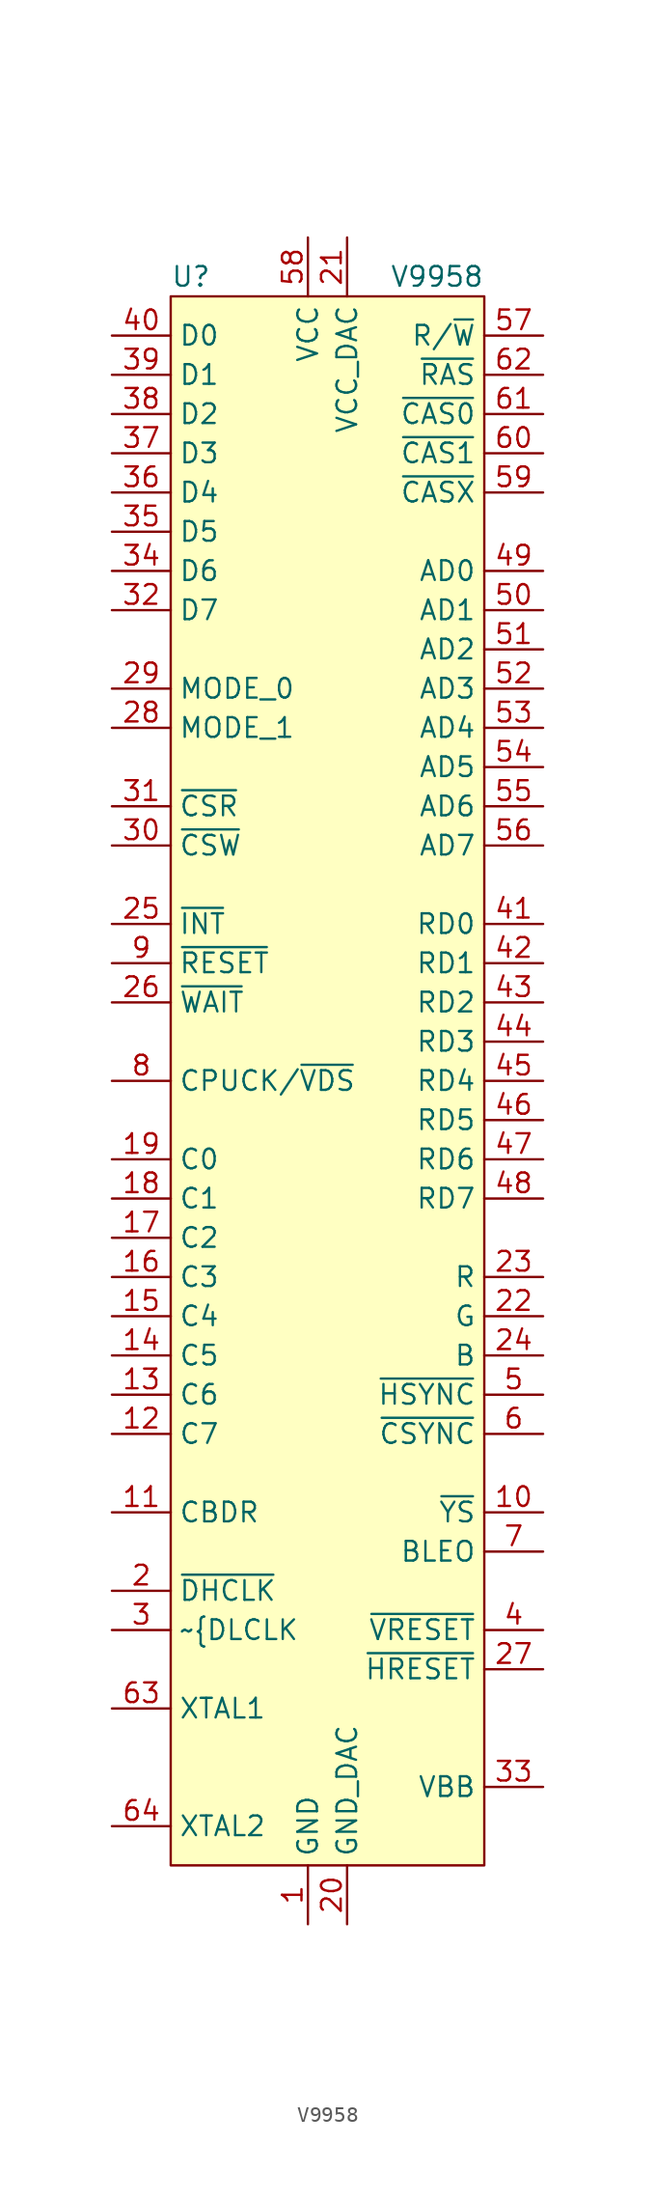
<source format=kicad_sym>
(kicad_symbol_lib
  (version 20211014)
  (generator kicad_symbol_editor)
  (symbol "V9958"
    (property "Reference" "U"
      (at -10.16 0 0)
      (effects (font (size 1.27 1.27)) (justify left)))
    (property "Value" "V9958"
      (at 10.16 0 0)
      (effects (font (size 1.27 1.27)) (justify right)))
    (symbol "V9958_0_1"
      (rectangle (start -10.16 -1.27) (end 10.16 -102.87) (stroke (width 0.152) (type default) (color 0 0 0 0)) (fill (type background))))
    (symbol "V9958_1_1"
      (pin power_in line (at -1.27 -106.68 90) (length 3.81) (name "GND" (effects (font (size 1.27 1.27)))) (number "1" (effects (font (size 1.27 1.27)))))
      (pin output line (at 13.97 -80.01 180) (length 3.81) (name "~{YS}" (effects (font (size 1.27 1.27)))) (number "10" (effects (font (size 1.27 1.27)))))
      (pin output line (at -13.97 -80.01 0) (length 3.81) (name "CBDR" (effects (font (size 1.27 1.27)))) (number "11" (effects (font (size 1.27 1.27)))))
      (pin bidirectional line (at -13.97 -74.93 0) (length 3.81) (name "C7" (effects (font (size 1.27 1.27)))) (number "12" (effects (font (size 1.27 1.27)))))
      (pin bidirectional line (at -13.97 -72.39 0) (length 3.81) (name "C6" (effects (font (size 1.27 1.27)))) (number "13" (effects (font (size 1.27 1.27)))))
      (pin bidirectional line (at -13.97 -69.85 0) (length 3.81) (name "C5" (effects (font (size 1.27 1.27)))) (number "14" (effects (font (size 1.27 1.27)))))
      (pin bidirectional line (at -13.97 -67.31 0) (length 3.81) (name "C4" (effects (font (size 1.27 1.27)))) (number "15" (effects (font (size 1.27 1.27)))))
      (pin bidirectional line (at -13.97 -64.77 0) (length 3.81) (name "C3" (effects (font (size 1.27 1.27)))) (number "16" (effects (font (size 1.27 1.27)))))
      (pin bidirectional line (at -13.97 -62.23 0) (length 3.81) (name "C2" (effects (font (size 1.27 1.27)))) (number "17" (effects (font (size 1.27 1.27)))))
      (pin bidirectional line (at -13.97 -59.69 0) (length 3.81) (name "C1" (effects (font (size 1.27 1.27)))) (number "18" (effects (font (size 1.27 1.27)))))
      (pin bidirectional line (at -13.97 -57.15 0) (length 3.81) (name "C0" (effects (font (size 1.27 1.27)))) (number "19" (effects (font (size 1.27 1.27)))))
      (pin open_collector line (at -13.97 -85.09 0) (length 3.81) (name "~{DHCLK}" (effects (font (size 1.27 1.27)))) (number "2" (effects (font (size 1.27 1.27)))))
      (pin power_in line (at 1.27 -106.68 90) (length 3.81) (name "GND_DAC" (effects (font (size 1.27 1.27)))) (number "20" (effects (font (size 1.27 1.27)))))
      (pin power_in line (at 1.27 2.54 270) (length 3.81) (name "VCC_DAC" (effects (font (size 1.27 1.27)))) (number "21" (effects (font (size 1.27 1.27)))))
      (pin output line (at 13.97 -67.31 180) (length 3.81) (name "G" (effects (font (size 1.27 1.27)))) (number "22" (effects (font (size 1.27 1.27)))))
      (pin output line (at 13.97 -64.77 180) (length 3.81) (name "R" (effects (font (size 1.27 1.27)))) (number "23" (effects (font (size 1.27 1.27)))))
      (pin output line (at 13.97 -69.85 180) (length 3.81) (name "B" (effects (font (size 1.27 1.27)))) (number "24" (effects (font (size 1.27 1.27)))))
      (pin output line (at -13.97 -41.91 0) (length 3.81) (name "~{INT}" (effects (font (size 1.27 1.27)))) (number "25" (effects (font (size 1.27 1.27)))))
      (pin output line (at -13.97 -46.99 0) (length 3.81) (name "~{WAIT}" (effects (font (size 1.27 1.27)))) (number "26" (effects (font (size 1.27 1.27)))))
      (pin input line (at 13.97 -90.17 180) (length 3.81) (name "~{HRESET}" (effects (font (size 1.27 1.27)))) (number "27" (effects (font (size 1.27 1.27)))))
      (pin input line (at -13.97 -29.21 0) (length 3.81) (name "MODE_1" (effects (font (size 1.27 1.27)))) (number "28" (effects (font (size 1.27 1.27)))))
      (pin input line (at -13.97 -26.67 0) (length 3.81) (name "MODE_0" (effects (font (size 1.27 1.27)))) (number "29" (effects (font (size 1.27 1.27)))))
      (pin open_collector line (at -13.97 -87.63 0) (length 3.81) (name "~{DLCLK" (effects (font (size 1.27 1.27)))) (number "3" (effects (font (size 1.27 1.27)))))
      (pin input line (at -13.97 -36.83 0) (length 3.81) (name "~{CSW}" (effects (font (size 1.27 1.27)))) (number "30" (effects (font (size 1.27 1.27)))))
      (pin input line (at -13.97 -34.29 0) (length 3.81) (name "~{CSR}" (effects (font (size 1.27 1.27)))) (number "31" (effects (font (size 1.27 1.27)))))
      (pin bidirectional line (at -13.97 -21.59 0) (length 3.81) (name "D7" (effects (font (size 1.27 1.27)))) (number "32" (effects (font (size 1.27 1.27)))))
      (pin output line (at 13.97 -97.79 180) (length 3.81) (name "VBB" (effects (font (size 1.27 1.27)))) (number "33" (effects (font (size 1.27 1.27)))))
      (pin bidirectional line (at -13.97 -19.05 0) (length 3.81) (name "D6" (effects (font (size 1.27 1.27)))) (number "34" (effects (font (size 1.27 1.27)))))
      (pin bidirectional line (at -13.97 -16.51 0) (length 3.81) (name "D5" (effects (font (size 1.27 1.27)))) (number "35" (effects (font (size 1.27 1.27)))))
      (pin bidirectional line (at -13.97 -13.97 0) (length 3.81) (name "D4" (effects (font (size 1.27 1.27)))) (number "36" (effects (font (size 1.27 1.27)))))
      (pin bidirectional line (at -13.97 -11.43 0) (length 3.81) (name "D3" (effects (font (size 1.27 1.27)))) (number "37" (effects (font (size 1.27 1.27)))))
      (pin bidirectional line (at -13.97 -8.89 0) (length 3.81) (name "D2" (effects (font (size 1.27 1.27)))) (number "38" (effects (font (size 1.27 1.27)))))
      (pin bidirectional line (at -13.97 -6.35 0) (length 3.81) (name "D1" (effects (font (size 1.27 1.27)))) (number "39" (effects (font (size 1.27 1.27)))))
      (pin input line (at 13.97 -87.63 180) (length 3.81) (name "~{VRESET}" (effects (font (size 1.27 1.27)))) (number "4" (effects (font (size 1.27 1.27)))))
      (pin bidirectional line (at -13.97 -3.81 0) (length 3.81) (name "D0" (effects (font (size 1.27 1.27)))) (number "40" (effects (font (size 1.27 1.27)))))
      (pin bidirectional line (at 13.97 -41.91 180) (length 3.81) (name "RD0" (effects (font (size 1.27 1.27)))) (number "41" (effects (font (size 1.27 1.27)))))
      (pin bidirectional line (at 13.97 -44.45 180) (length 3.81) (name "RD1" (effects (font (size 1.27 1.27)))) (number "42" (effects (font (size 1.27 1.27)))))
      (pin bidirectional line (at 13.97 -46.99 180) (length 3.81) (name "RD2" (effects (font (size 1.27 1.27)))) (number "43" (effects (font (size 1.27 1.27)))))
      (pin bidirectional line (at 13.97 -49.53 180) (length 3.81) (name "RD3" (effects (font (size 1.27 1.27)))) (number "44" (effects (font (size 1.27 1.27)))))
      (pin bidirectional line (at 13.97 -52.07 180) (length 3.81) (name "RD4" (effects (font (size 1.27 1.27)))) (number "45" (effects (font (size 1.27 1.27)))))
      (pin bidirectional line (at 13.97 -54.61 180) (length 3.81) (name "RD5" (effects (font (size 1.27 1.27)))) (number "46" (effects (font (size 1.27 1.27)))))
      (pin bidirectional line (at 13.97 -57.15 180) (length 3.81) (name "RD6" (effects (font (size 1.27 1.27)))) (number "47" (effects (font (size 1.27 1.27)))))
      (pin bidirectional line (at 13.97 -59.69 180) (length 3.81) (name "RD7" (effects (font (size 1.27 1.27)))) (number "48" (effects (font (size 1.27 1.27)))))
      (pin output line (at 13.97 -19.05 180) (length 3.81) (name "AD0" (effects (font (size 1.27 1.27)))) (number "49" (effects (font (size 1.27 1.27)))))
      (pin output line (at 13.97 -72.39 180) (length 3.81) (name "~{HSYNC}" (effects (font (size 1.27 1.27)))) (number "5" (effects (font (size 1.27 1.27)))))
      (pin output line (at 13.97 -21.59 180) (length 3.81) (name "AD1" (effects (font (size 1.27 1.27)))) (number "50" (effects (font (size 1.27 1.27)))))
      (pin output line (at 13.97 -24.13 180) (length 3.81) (name "AD2" (effects (font (size 1.27 1.27)))) (number "51" (effects (font (size 1.27 1.27)))))
      (pin output line (at 13.97 -26.67 180) (length 3.81) (name "AD3" (effects (font (size 1.27 1.27)))) (number "52" (effects (font (size 1.27 1.27)))))
      (pin output line (at 13.97 -29.21 180) (length 3.81) (name "AD4" (effects (font (size 1.27 1.27)))) (number "53" (effects (font (size 1.27 1.27)))))
      (pin output line (at 13.97 -31.75 180) (length 3.81) (name "AD5" (effects (font (size 1.27 1.27)))) (number "54" (effects (font (size 1.27 1.27)))))
      (pin output line (at 13.97 -34.29 180) (length 3.81) (name "AD6" (effects (font (size 1.27 1.27)))) (number "55" (effects (font (size 1.27 1.27)))))
      (pin output line (at 13.97 -36.83 180) (length 3.81) (name "AD7" (effects (font (size 1.27 1.27)))) (number "56" (effects (font (size 1.27 1.27)))))
      (pin output line (at 13.97 -3.81 180) (length 3.81) (name "R/~{W}" (effects (font (size 1.27 1.27)))) (number "57" (effects (font (size 1.27 1.27)))))
      (pin power_in line (at -1.27 2.54 270) (length 3.81) (name "VCC" (effects (font (size 1.27 1.27)))) (number "58" (effects (font (size 1.27 1.27)))))
      (pin output line (at 13.97 -13.97 180) (length 3.81) (name "~{CASX}" (effects (font (size 1.27 1.27)))) (number "59" (effects (font (size 1.27 1.27)))))
      (pin output line (at 13.97 -74.93 180) (length 3.81) (name "~{CSYNC}" (effects (font (size 1.27 1.27)))) (number "6" (effects (font (size 1.27 1.27)))))
      (pin output line (at 13.97 -11.43 180) (length 3.81) (name "~{CAS1}" (effects (font (size 1.27 1.27)))) (number "60" (effects (font (size 1.27 1.27)))))
      (pin output line (at 13.97 -8.89 180) (length 3.81) (name "~{CAS0}" (effects (font (size 1.27 1.27)))) (number "61" (effects (font (size 1.27 1.27)))))
      (pin output line (at 13.97 -6.35 180) (length 3.81) (name "~{RAS}" (effects (font (size 1.27 1.27)))) (number "62" (effects (font (size 1.27 1.27)))))
      (pin input line (at -13.97 -92.71 0) (length 3.81) (name "XTAL1" (effects (font (size 1.27 1.27)))) (number "63" (effects (font (size 1.27 1.27)))))
      (pin input line (at -13.97 -100.33 0) (length 3.81) (name "XTAL2" (effects (font (size 1.27 1.27)))) (number "64" (effects (font (size 1.27 1.27)))))
      (pin open_collector line (at 13.97 -82.55 180) (length 3.81) (name "BLEO" (effects (font (size 1.27 1.27)))) (number "7" (effects (font (size 1.27 1.27)))))
      (pin output line (at -13.97 -52.07 0) (length 3.81) (name "CPUCK/~{VDS}" (effects (font (size 1.27 1.27)))) (number "8" (effects (font (size 1.27 1.27)))))
      (pin input line (at -13.97 -44.45 0) (length 3.81) (name "~{RESET}" (effects (font (size 1.27 1.27)))) (number "9" (effects (font (size 1.27 1.27))))))))
</source>
